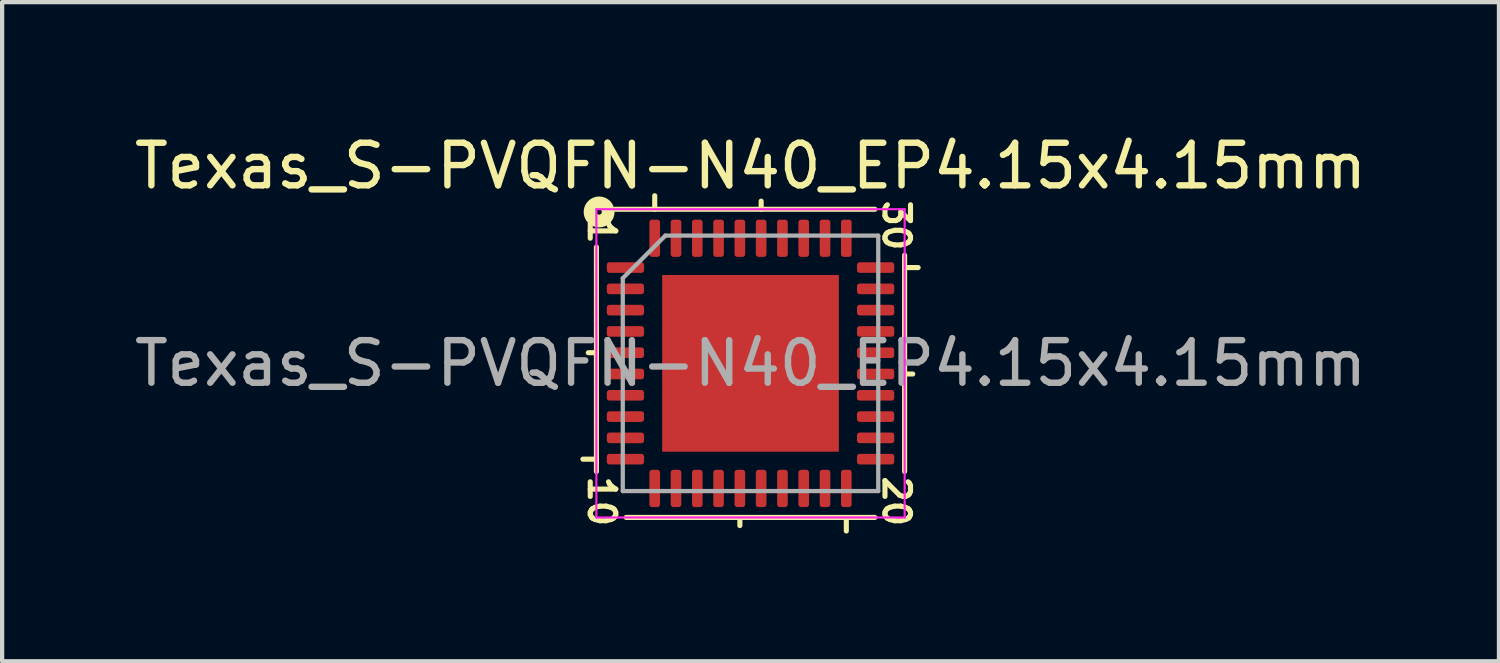
<source format=kicad_pcb>
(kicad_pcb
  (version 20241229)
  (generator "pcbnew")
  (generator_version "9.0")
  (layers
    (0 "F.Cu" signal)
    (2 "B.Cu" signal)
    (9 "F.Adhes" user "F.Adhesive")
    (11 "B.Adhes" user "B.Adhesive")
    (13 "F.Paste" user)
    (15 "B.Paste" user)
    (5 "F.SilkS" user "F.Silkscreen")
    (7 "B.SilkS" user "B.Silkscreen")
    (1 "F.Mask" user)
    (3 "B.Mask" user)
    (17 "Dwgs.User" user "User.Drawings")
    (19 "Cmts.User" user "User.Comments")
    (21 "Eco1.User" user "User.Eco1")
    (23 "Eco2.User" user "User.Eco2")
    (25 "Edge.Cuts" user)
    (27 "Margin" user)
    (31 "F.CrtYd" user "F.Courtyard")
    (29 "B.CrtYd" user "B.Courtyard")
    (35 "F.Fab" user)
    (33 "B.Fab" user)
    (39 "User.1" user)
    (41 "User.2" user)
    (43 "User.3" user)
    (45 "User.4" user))
  (footprint "Texas_S-PVQFN-N40_EP4.15x4.15mm"
    (layer "F.Cu")
    (at 14.577 5.484)
    (property "Reference" "Texas_S-PVQFN-N40_EP4.15x4.15mm" (at 0 -4.636 0) (layer "F.SilkS") (effects (font (size 1 1) (thickness 0.15))))
    (attr smd)
    (fp_line (start -3.619 -2.731) (end -3.619 2.54) (stroke (width 0.12) (type solid)) (layer "F.SilkS"))
    (fp_line (start -3.619 -0.25) (end -3.81 -0.25) (stroke (width 0.12) (type solid)) (layer "F.SilkS"))
    (fp_line (start -3.619 2.25) (end -3.937 2.25) (stroke (width 0.12) (type solid)) (layer "F.SilkS"))
    (fp_line (start -2.921 3.619) (end 2.921 3.619) (stroke (width 0.12) (type solid)) (layer "F.SilkS"))
    (fp_line (start -2.25 -3.619) (end -2.25 -3.937) (stroke (width 0.12) (type solid)) (layer "F.SilkS"))
    (fp_line (start -0.25 3.619) (end -0.25 3.81) (stroke (width 0.12) (type solid)) (layer "F.SilkS"))
    (fp_line (start 0.25 -3.619) (end 0.25 -3.81) (stroke (width 0.12) (type solid)) (layer "F.SilkS"))
    (fp_line (start 2.25 3.619) (end 2.25 3.937) (stroke (width 0.12) (type solid)) (layer "F.SilkS"))
    (fp_line (start 2.921 -3.619) (end -3.175 -3.619) (stroke (width 0.12) (type solid)) (layer "F.SilkS"))
    (fp_line (start 3.619 -2.25) (end 3.937 -2.25) (stroke (width 0.12) (type solid)) (layer "F.SilkS"))
    (fp_line (start 3.619 0.25) (end 3.81 0.25) (stroke (width 0.12) (type solid)) (layer "F.SilkS"))
    (fp_line (start 3.619 2.54) (end 3.619 -2.54) (stroke (width 0.12) (type solid)) (layer "F.SilkS"))
    (fp_circle (center -3.556 -3.556) (end -3.493 -3.556) (stroke (width 0.3) (type solid)) (fill no) (layer "F.SilkS"))
    (fp_line (start -3.62 -3.62) (end -3.62 3.62) (stroke (width 0.05) (type solid)) (layer "F.CrtYd"))
    (fp_line (start -3.62 3.62) (end 3.62 3.62) (stroke (width 0.05) (type solid)) (layer "F.CrtYd"))
    (fp_line (start 3.62 -3.62) (end -3.62 -3.62) (stroke (width 0.05) (type solid)) (layer "F.CrtYd"))
    (fp_line (start 3.62 3.62) (end 3.62 -3.62) (stroke (width 0.05) (type solid)) (layer "F.CrtYd"))
    (fp_line (start -3 -2) (end -2 -3) (stroke (width 0.1) (type solid)) (layer "F.Fab"))
    (fp_line (start -3 3) (end -3 -2) (stroke (width 0.1) (type solid)) (layer "F.Fab"))
    (fp_line (start -2 -3) (end 3 -3) (stroke (width 0.1) (type solid)) (layer "F.Fab"))
    (fp_line (start 3 -3) (end 3 3) (stroke (width 0.1) (type solid)) (layer "F.Fab"))
    (fp_line (start 3 3) (end -3 3) (stroke (width 0.1) (type solid)) (layer "F.Fab"))
    (fp_text user "10" (at -3.493 3.239 270) (unlocked yes) (layer "F.SilkS") (effects (font (size 0.6 0.6) (thickness 0.12))))
    (fp_text user "20" (at 3.429 3.239 270) (unlocked yes) (layer "F.SilkS") (effects (font (size 0.6 0.6) (thickness 0.12))))
    (fp_text user "1" (at -3.493 -3.111 270) (unlocked yes) (layer "F.SilkS") (effects (font (size 0.6 0.6) (thickness 0.12))))
    (fp_text user "30" (at 3.429 -3.239 270) (unlocked yes) (layer "F.SilkS") (effects (font (size 0.6 0.6) (thickness 0.12))))
    (fp_text user "${REFERENCE}" (at 0 0 0) (layer "F.Fab") (effects (font (size 1 1) (thickness 0.15))))
    (pad "" smd roundrect (at -1.38 -1.38) (size 1.12 1.12) (layers "F.Paste") (roundrect_rratio 0.223))
    (pad "" smd roundrect (at -1.38 0) (size 1.12 1.12) (layers "F.Paste") (roundrect_rratio 0.223))
    (pad "" smd roundrect (at -1.38 1.38) (size 1.12 1.12) (layers "F.Paste") (roundrect_rratio 0.223))
    (pad "" smd roundrect (at 0 -1.38) (size 1.12 1.12) (layers "F.Paste") (roundrect_rratio 0.223))
    (pad "" smd roundrect (at 0 0) (size 1.12 1.12) (layers "F.Paste") (roundrect_rratio 0.223))
    (pad "" smd roundrect (at 0 1.38) (size 1.12 1.12) (layers "F.Paste") (roundrect_rratio 0.223))
    (pad "" smd roundrect (at 1.38 -1.38) (size 1.12 1.12) (layers "F.Paste") (roundrect_rratio 0.223))
    (pad "" smd roundrect (at 1.38 0) (size 1.12 1.12) (layers "F.Paste") (roundrect_rratio 0.223))
    (pad "" smd roundrect (at 1.38 1.38) (size 1.12 1.12) (layers "F.Paste") (roundrect_rratio 0.223))
    (pad "1" smd roundrect (at -2.938 -2.25) (size 0.875 0.25) (layers "F.Cu" "F.Mask" "F.Paste") (roundrect_rratio 0.25))
    (pad "2" smd roundrect (at -2.938 -1.75) (size 0.875 0.25) (layers "F.Cu" "F.Mask" "F.Paste") (roundrect_rratio 0.25))
    (pad "3" smd roundrect (at -2.938 -1.25) (size 0.875 0.25) (layers "F.Cu" "F.Mask" "F.Paste") (roundrect_rratio 0.25))
    (pad "4" smd roundrect (at -2.938 -0.75) (size 0.875 0.25) (layers "F.Cu" "F.Mask" "F.Paste") (roundrect_rratio 0.25))
    (pad "5" smd roundrect (at -2.938 -0.25) (size 0.875 0.25) (layers "F.Cu" "F.Mask" "F.Paste") (roundrect_rratio 0.25))
    (pad "6" smd roundrect (at -2.938 0.25) (size 0.875 0.25) (layers "F.Cu" "F.Mask" "F.Paste") (roundrect_rratio 0.25))
    (pad "7" smd roundrect (at -2.938 0.75) (size 0.875 0.25) (layers "F.Cu" "F.Mask" "F.Paste") (roundrect_rratio 0.25))
    (pad "8" smd roundrect (at -2.938 1.25) (size 0.875 0.25) (layers "F.Cu" "F.Mask" "F.Paste") (roundrect_rratio 0.25))
    (pad "9" smd roundrect (at -2.938 1.75) (size 0.875 0.25) (layers "F.Cu" "F.Mask" "F.Paste") (roundrect_rratio 0.25))
    (pad "10" smd roundrect (at -2.938 2.25) (size 0.875 0.25) (layers "F.Cu" "F.Mask" "F.Paste") (roundrect_rratio 0.25))
    (pad "11" smd roundrect (at -2.25 2.938) (size 0.25 0.875) (layers "F.Cu" "F.Mask" "F.Paste") (roundrect_rratio 0.25))
    (pad "12" smd roundrect (at -1.75 2.938) (size 0.25 0.875) (layers "F.Cu" "F.Mask" "F.Paste") (roundrect_rratio 0.25))
    (pad "13" smd roundrect (at -1.25 2.938) (size 0.25 0.875) (layers "F.Cu" "F.Mask" "F.Paste") (roundrect_rratio 0.25))
    (pad "14" smd roundrect (at -0.75 2.938) (size 0.25 0.875) (layers "F.Cu" "F.Mask" "F.Paste") (roundrect_rratio 0.25))
    (pad "15" smd roundrect (at -0.25 2.938) (size 0.25 0.875) (layers "F.Cu" "F.Mask" "F.Paste") (roundrect_rratio 0.25))
    (pad "16" smd roundrect (at 0.25 2.938) (size 0.25 0.875) (layers "F.Cu" "F.Mask" "F.Paste") (roundrect_rratio 0.25))
    (pad "17" smd roundrect (at 0.75 2.938) (size 0.25 0.875) (layers "F.Cu" "F.Mask" "F.Paste") (roundrect_rratio 0.25))
    (pad "18" smd roundrect (at 1.25 2.938) (size 0.25 0.875) (layers "F.Cu" "F.Mask" "F.Paste") (roundrect_rratio 0.25))
    (pad "19" smd roundrect (at 1.75 2.938) (size 0.25 0.875) (layers "F.Cu" "F.Mask" "F.Paste") (roundrect_rratio 0.25))
    (pad "20" smd roundrect (at 2.25 2.938) (size 0.25 0.875) (layers "F.Cu" "F.Mask" "F.Paste") (roundrect_rratio 0.25))
    (pad "21" smd roundrect (at 2.938 2.25) (size 0.875 0.25) (layers "F.Cu" "F.Mask" "F.Paste") (roundrect_rratio 0.25))
    (pad "22" smd roundrect (at 2.938 1.75) (size 0.875 0.25) (layers "F.Cu" "F.Mask" "F.Paste") (roundrect_rratio 0.25))
    (pad "23" smd roundrect (at 2.938 1.25) (size 0.875 0.25) (layers "F.Cu" "F.Mask" "F.Paste") (roundrect_rratio 0.25))
    (pad "24" smd roundrect (at 2.938 0.75) (size 0.875 0.25) (layers "F.Cu" "F.Mask" "F.Paste") (roundrect_rratio 0.25))
    (pad "25" smd roundrect (at 2.938 0.25) (size 0.875 0.25) (layers "F.Cu" "F.Mask" "F.Paste") (roundrect_rratio 0.25))
    (pad "26" smd roundrect (at 2.938 -0.25) (size 0.875 0.25) (layers "F.Cu" "F.Mask" "F.Paste") (roundrect_rratio 0.25))
    (pad "27" smd roundrect (at 2.938 -0.75) (size 0.875 0.25) (layers "F.Cu" "F.Mask" "F.Paste") (roundrect_rratio 0.25))
    (pad "28" smd roundrect (at 2.938 -1.25) (size 0.875 0.25) (layers "F.Cu" "F.Mask" "F.Paste") (roundrect_rratio 0.25))
    (pad "29" smd roundrect (at 2.938 -1.75) (size 0.875 0.25) (layers "F.Cu" "F.Mask" "F.Paste") (roundrect_rratio 0.25))
    (pad "30" smd roundrect (at 2.938 -2.25) (size 0.875 0.25) (layers "F.Cu" "F.Mask" "F.Paste") (roundrect_rratio 0.25))
    (pad "31" smd roundrect (at 2.25 -2.938) (size 0.25 0.875) (layers "F.Cu" "F.Mask" "F.Paste") (roundrect_rratio 0.25))
    (pad "32" smd roundrect (at 1.75 -2.938) (size 0.25 0.875) (layers "F.Cu" "F.Mask" "F.Paste") (roundrect_rratio 0.25))
    (pad "33" smd roundrect (at 1.25 -2.938) (size 0.25 0.875) (layers "F.Cu" "F.Mask" "F.Paste") (roundrect_rratio 0.25))
    (pad "34" smd roundrect (at 0.75 -2.938) (size 0.25 0.875) (layers "F.Cu" "F.Mask" "F.Paste") (roundrect_rratio 0.25))
    (pad "35" smd roundrect (at 0.25 -2.938) (size 0.25 0.875) (layers "F.Cu" "F.Mask" "F.Paste") (roundrect_rratio 0.25))
    (pad "36" smd roundrect (at -0.25 -2.938) (size 0.25 0.875) (layers "F.Cu" "F.Mask" "F.Paste") (roundrect_rratio 0.25))
    (pad "37" smd roundrect (at -0.75 -2.938) (size 0.25 0.875) (layers "F.Cu" "F.Mask" "F.Paste") (roundrect_rratio 0.25))
    (pad "38" smd roundrect (at -1.25 -2.938) (size 0.25 0.875) (layers "F.Cu" "F.Mask" "F.Paste") (roundrect_rratio 0.25))
    (pad "39" smd roundrect (at -1.75 -2.938) (size 0.25 0.875) (layers "F.Cu" "F.Mask" "F.Paste") (roundrect_rratio 0.25))
    (pad "40" smd roundrect (at -2.25 -2.938) (size 0.25 0.875) (layers "F.Cu" "F.Mask" "F.Paste") (roundrect_rratio 0.25))
    (pad "41" smd rect (at 0 0) (size 4.15 4.15) (layers "F.Cu" "F.Mask")))
  (gr_rect
    (start -3 -3)
    (end 32.155 12.481)
    (stroke (width 0.1) (type default))
    (fill no)
    (layer "Edge.Cuts")))
</source>
